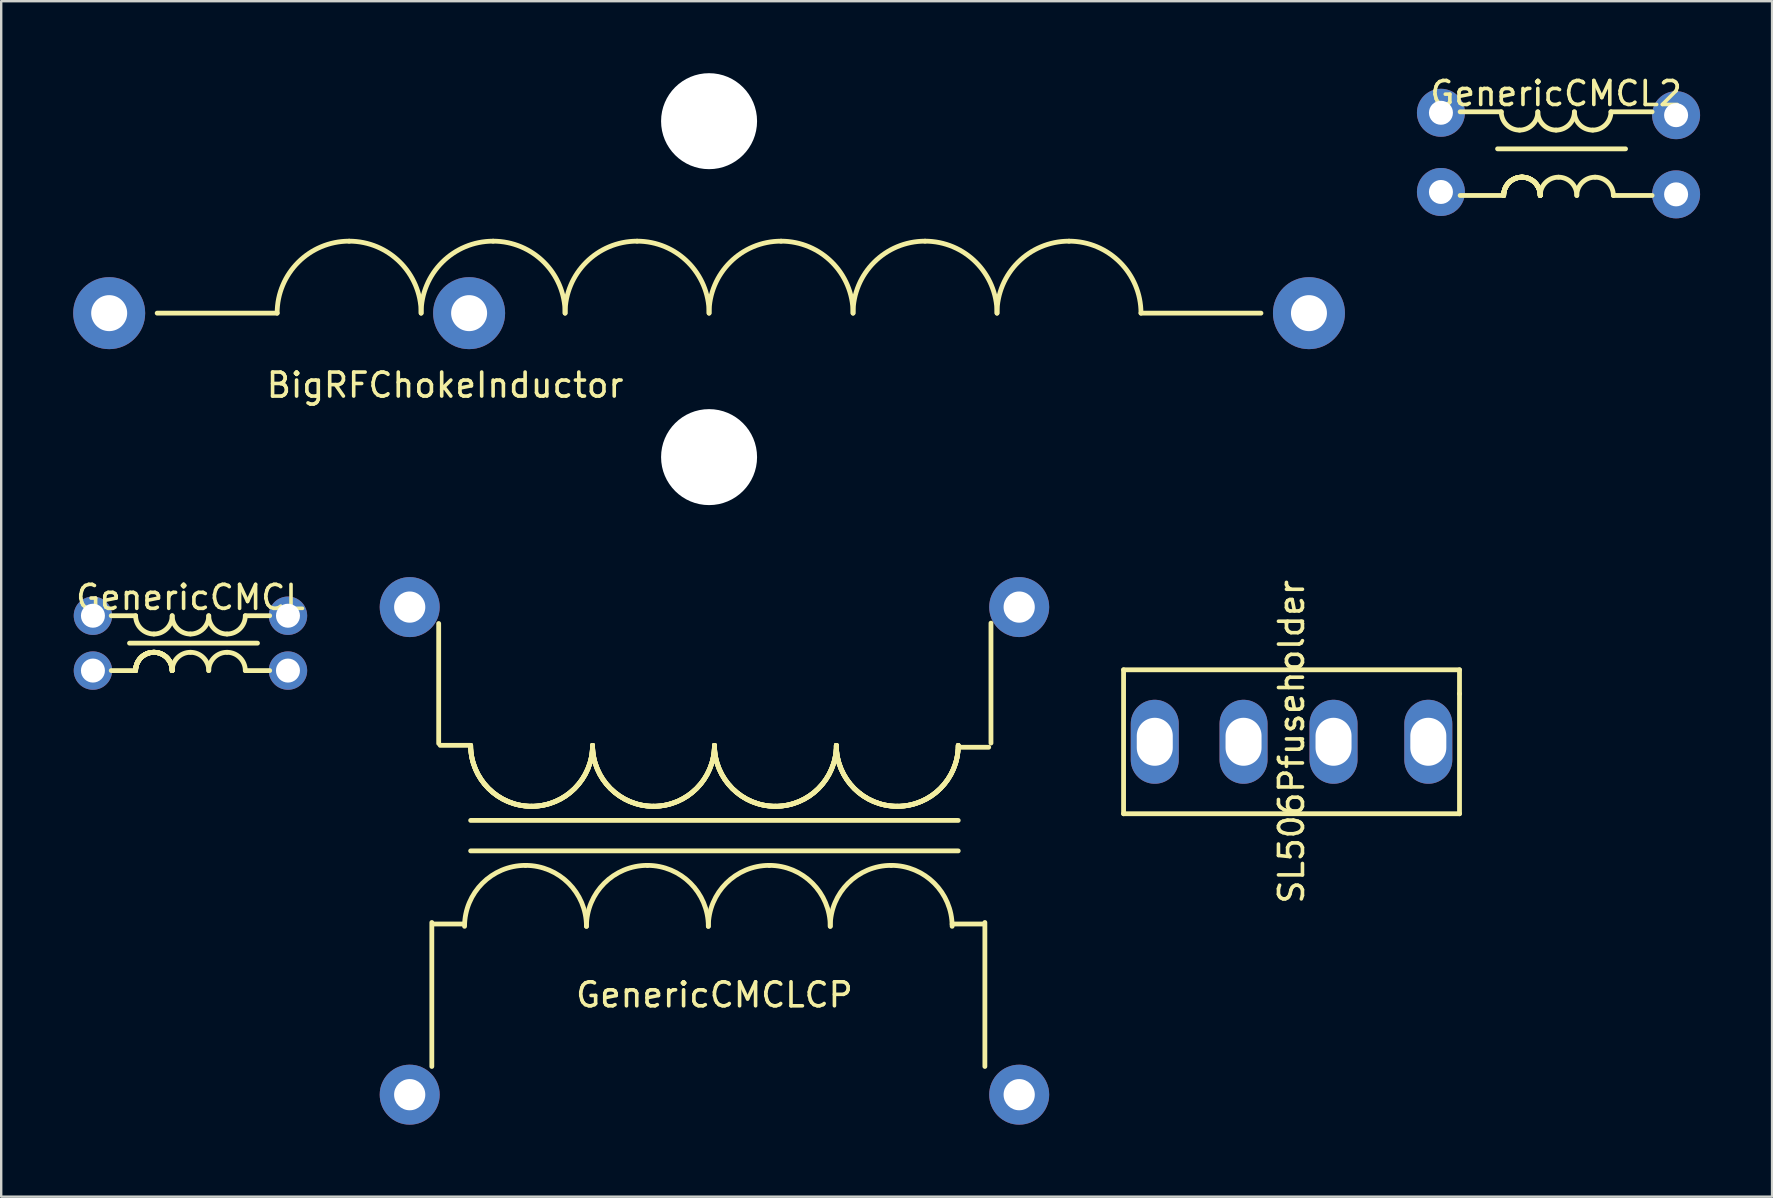
<source format=kicad_pcb>
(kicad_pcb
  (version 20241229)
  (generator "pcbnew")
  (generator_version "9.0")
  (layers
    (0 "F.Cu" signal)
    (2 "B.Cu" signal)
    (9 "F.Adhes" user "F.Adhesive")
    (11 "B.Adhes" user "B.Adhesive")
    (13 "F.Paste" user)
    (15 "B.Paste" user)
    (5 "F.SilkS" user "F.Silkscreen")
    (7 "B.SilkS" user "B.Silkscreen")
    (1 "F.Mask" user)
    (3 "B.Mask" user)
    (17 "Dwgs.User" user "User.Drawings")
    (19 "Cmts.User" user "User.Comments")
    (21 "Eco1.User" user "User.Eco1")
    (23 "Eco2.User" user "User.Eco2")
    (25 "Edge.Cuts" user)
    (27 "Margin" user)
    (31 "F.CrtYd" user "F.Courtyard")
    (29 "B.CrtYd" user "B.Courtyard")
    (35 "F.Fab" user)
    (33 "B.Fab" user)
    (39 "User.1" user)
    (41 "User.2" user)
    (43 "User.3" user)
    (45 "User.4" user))
  (footprint "GenericCMCL"
    (layer "F.Cu")
    (at 4.887 25.15)
    (property "Reference" "GenericCMCL" (at 0 -3.302 0) (layer "F.SilkS") (effects (font (size 1 1) (thickness 0.15))))
    (attr through_hole)
    (fp_line (start -3.302 -2.54) (end -2.286 -2.54) (stroke (width 0.2) (type solid)) (layer "F.SilkS"))
    (fp_line (start -2.54 -1.397) (end 2.794 -1.397) (stroke (width 0.2) (type solid)) (layer "F.SilkS"))
    (fp_line (start -2.286 -0.254) (end -3.302 -0.254) (stroke (width 0.2) (type solid)) (layer "F.SilkS"))
    (fp_line (start 3.302 -2.54) (end 2.286 -2.54) (stroke (width 0.2) (type solid)) (layer "F.SilkS"))
    (fp_line (start 3.302 -0.254) (end 2.286 -0.254) (stroke (width 0.2) (type solid)) (layer "F.SilkS"))
    (fp_arc (start -2.286 -0.254) (mid -2.062815 -0.792815) (end -1.524 -1.016) (stroke (width 0.2) (type solid)) (layer "F.SilkS"))
    (fp_arc (start -2.286 -0.254) (mid -2.062815 -0.792815) (end -1.524 -1.016) (stroke (width 0.2) (type solid)) (layer "F.SilkS"))
    (fp_arc (start -2.286 -0.254) (mid -2.062815 -0.792815) (end -1.524 -1.016) (stroke (width 0.2) (type solid)) (layer "F.SilkS"))
    (fp_arc (start -2.286 -0.254) (mid -2.062815 -0.792815) (end -1.524 -1.016) (stroke (width 0.2) (type solid)) (layer "F.SilkS"))
    (fp_arc (start -2.286 -0.254) (mid -2.062815 -0.792815) (end -1.524 -1.016) (stroke (width 0.2) (type solid)) (layer "F.SilkS"))
    (fp_arc (start -2.286 -0.254) (mid -2.062815 -0.792815) (end -1.524 -1.016) (stroke (width 0.2) (type solid)) (layer "F.SilkS"))
    (fp_arc (start -2.286 -0.254) (mid -2.062815 -0.792815) (end -1.524 -1.016) (stroke (width 0.2) (type solid)) (layer "F.SilkS"))
    (fp_arc (start -2.286 -0.254) (mid -2.062815 -0.792815) (end -1.524 -1.016) (stroke (width 0.2) (type solid)) (layer "F.SilkS"))
    (fp_arc (start -1.524 -1.778) (mid -2.062815 -2.001185) (end -2.286 -2.54) (stroke (width 0.2) (type solid)) (layer "F.SilkS"))
    (fp_arc (start -1.524 -1.016) (mid -0.985185 -0.792815) (end -0.762 -0.254) (stroke (width 0.2) (type solid)) (layer "F.SilkS"))
    (fp_arc (start -1.524 -1.016) (mid -0.985185 -0.792815) (end -0.762 -0.254) (stroke (width 0.2) (type solid)) (layer "F.SilkS"))
    (fp_arc (start -1.524 -1.016) (mid -0.985185 -0.792815) (end -0.762 -0.254) (stroke (width 0.2) (type solid)) (layer "F.SilkS"))
    (fp_arc (start -1.524 -1.016) (mid -0.985185 -0.792815) (end -0.762 -0.254) (stroke (width 0.2) (type solid)) (layer "F.SilkS"))
    (fp_arc (start -1.524 -1.016) (mid -0.985185 -0.792815) (end -0.762 -0.254) (stroke (width 0.2) (type solid)) (layer "F.SilkS"))
    (fp_arc (start -1.524 -1.016) (mid -0.985185 -0.792815) (end -0.762 -0.254) (stroke (width 0.2) (type solid)) (layer "F.SilkS"))
    (fp_arc (start -1.524 -1.016) (mid -0.985185 -0.792815) (end -0.762 -0.254) (stroke (width 0.2) (type solid)) (layer "F.SilkS"))
    (fp_arc (start -1.524 -1.016) (mid -0.985185 -0.792815) (end -0.762 -0.254) (stroke (width 0.2) (type solid)) (layer "F.SilkS"))
    (fp_arc (start -0.762 -2.54) (mid -0.985185 -2.001185) (end -1.524 -1.778) (stroke (width 0.2) (type solid)) (layer "F.SilkS"))
    (fp_arc (start -0.762 -0.254) (mid -0.538815 -0.792815) (end 0 -1.016) (stroke (width 0.2) (type solid)) (layer "F.SilkS"))
    (fp_arc (start 0 -1.778) (mid -0.538815 -2.001185) (end -0.762 -2.54) (stroke (width 0.2) (type solid)) (layer "F.SilkS"))
    (fp_arc (start 0 -1.016) (mid 0.538815 -0.792815) (end 0.762 -0.254) (stroke (width 0.2) (type solid)) (layer "F.SilkS"))
    (fp_arc (start 0.762 -2.54) (mid 0.538815 -2.001185) (end 0 -1.778) (stroke (width 0.2) (type solid)) (layer "F.SilkS"))
    (fp_arc (start 0.762 -0.254) (mid 0.985185 -0.792815) (end 1.524 -1.016) (stroke (width 0.2) (type solid)) (layer "F.SilkS"))
    (fp_arc (start 1.524 -1.778) (mid 0.985185 -2.001185) (end 0.762 -2.54) (stroke (width 0.2) (type solid)) (layer "F.SilkS"))
    (fp_arc (start 1.524 -1.016) (mid 2.062815 -0.792815) (end 2.286 -0.254) (stroke (width 0.2) (type solid)) (layer "F.SilkS"))
    (fp_arc (start 2.286 -2.54) (mid 2.062815 -2.001185) (end 1.524 -1.778) (stroke (width 0.2) (type solid)) (layer "F.SilkS"))
    (pad "1" thru_hole circle (at 4.064 -2.54) (size 1.6 1.6) (drill 1) (layers "*.Cu" "*.Mask"))
    (pad "2" thru_hole circle (at -4.064 -2.54) (size 1.6 1.6) (drill 1) (layers "*.Cu" "*.Mask"))
    (pad "3" thru_hole circle (at 4.064 -0.254) (size 1.6 1.6) (drill 1) (layers "*.Cu" "*.Mask"))
    (pad "4" thru_hole circle (at -4.064 -0.254) (size 1.6 1.6) (drill 1) (layers "*.Cu" "*.Mask")))
  (footprint "GenericCMCLCP"
    (layer "F.Cu")
    (at 26.724 32.41)
    (property "Reference" "GenericCMCLCP" (at 0 6 0) (layer "F.SilkS") (effects (font (size 1 1) (thickness 0.15))))
    (attr through_hole)
    (fp_line (start -11.778 2.984) (end -11.778 8.984) (stroke (width 0.2) (type solid)) (layer "F.SilkS"))
    (fp_line (start -11.492 -9.476) (end -11.492 -4.476) (stroke (width 0.2) (type solid)) (layer "F.SilkS"))
    (fp_line (start -10.414 3.048) (end -11.684 3.048) (stroke (width 0.2) (type solid)) (layer "F.SilkS"))
    (fp_line (start -10.16 -4.398) (end -11.43 -4.398) (stroke (width 0.2) (type solid)) (layer "F.SilkS"))
    (fp_line (start -10.16 -1.27) (end 10.16 -1.27) (stroke (width 0.2) (type solid)) (layer "F.SilkS"))
    (fp_line (start -10.16 0) (end 10.16 0) (stroke (width 0.2) (type solid)) (layer "F.SilkS"))
    (fp_line (start 9.906 3.048) (end 11.176 3.048) (stroke (width 0.2) (type solid)) (layer "F.SilkS"))
    (fp_line (start 10.16 -4.318) (end 11.43 -4.318) (stroke (width 0.2) (type solid)) (layer "F.SilkS"))
    (fp_line (start 11.27 2.984) (end 11.27 8.984) (stroke (width 0.2) (type solid)) (layer "F.SilkS"))
    (fp_line (start 11.524 -4.492) (end 11.524 -9.492) (stroke (width 0.2) (type solid)) (layer "F.SilkS"))
    (fp_arc (start -10.414 3.144) (mid -9.670051 1.347949) (end -7.874 0.604) (stroke (width 0.2) (type solid)) (layer "F.SilkS"))
    (fp_arc (start -7.874 0.604) (mid -6.077949 1.347949) (end -5.334 3.144) (stroke (width 0.2) (type solid)) (layer "F.SilkS"))
    (fp_arc (start -7.62 -1.858) (mid -9.416051 -2.601949) (end -10.16 -4.398) (stroke (width 0.2) (type solid)) (layer "F.SilkS"))
    (fp_arc (start -7.62 -1.858) (mid -9.416051 -2.601949) (end -10.16 -4.398) (stroke (width 0.2) (type solid)) (layer "F.SilkS"))
    (fp_arc (start -7.62 -1.858) (mid -9.416051 -2.601949) (end -10.16 -4.398) (stroke (width 0.2) (type solid)) (layer "F.SilkS"))
    (fp_arc (start -7.62 -1.858) (mid -9.416051 -2.601949) (end -10.16 -4.398) (stroke (width 0.2) (type solid)) (layer "F.SilkS"))
    (fp_arc (start -5.334 3.144) (mid -4.590051 1.347949) (end -2.794 0.604) (stroke (width 0.2) (type solid)) (layer "F.SilkS"))
    (fp_arc (start -5.08 -4.398) (mid -5.823949 -2.601949) (end -7.62 -1.858) (stroke (width 0.2) (type solid)) (layer "F.SilkS"))
    (fp_arc (start -5.08 -4.398) (mid -5.823949 -2.601949) (end -7.62 -1.858) (stroke (width 0.2) (type solid)) (layer "F.SilkS"))
    (fp_arc (start -5.08 -4.398) (mid -5.823949 -2.601949) (end -7.62 -1.858) (stroke (width 0.2) (type solid)) (layer "F.SilkS"))
    (fp_arc (start -5.08 -4.398) (mid -5.823949 -2.601949) (end -7.62 -1.858) (stroke (width 0.2) (type solid)) (layer "F.SilkS"))
    (fp_arc (start -2.794 0.604) (mid -0.997949 1.347949) (end -0.254 3.144) (stroke (width 0.2) (type solid)) (layer "F.SilkS"))
    (fp_arc (start -2.54 -1.858) (mid -4.336051 -2.601949) (end -5.08 -4.398) (stroke (width 0.2) (type solid)) (layer "F.SilkS"))
    (fp_arc (start -2.54 -1.858) (mid -4.336051 -2.601949) (end -5.08 -4.398) (stroke (width 0.2) (type solid)) (layer "F.SilkS"))
    (fp_arc (start -2.54 -1.858) (mid -4.336051 -2.601949) (end -5.08 -4.398) (stroke (width 0.2) (type solid)) (layer "F.SilkS"))
    (fp_arc (start -2.54 -1.858) (mid -4.336051 -2.601949) (end -5.08 -4.398) (stroke (width 0.2) (type solid)) (layer "F.SilkS"))
    (fp_arc (start -0.254 3.144) (mid 0.489949 1.347949) (end 2.286 0.604) (stroke (width 0.2) (type solid)) (layer "F.SilkS"))
    (fp_arc (start 0 -4.398) (mid -0.743949 -2.601949) (end -2.54 -1.858) (stroke (width 0.2) (type solid)) (layer "F.SilkS"))
    (fp_arc (start 0 -4.398) (mid -0.743949 -2.601949) (end -2.54 -1.858) (stroke (width 0.2) (type solid)) (layer "F.SilkS"))
    (fp_arc (start 0 -4.398) (mid -0.743949 -2.601949) (end -2.54 -1.858) (stroke (width 0.2) (type solid)) (layer "F.SilkS"))
    (fp_arc (start 0 -4.398) (mid -0.743949 -2.601949) (end -2.54 -1.858) (stroke (width 0.2) (type solid)) (layer "F.SilkS"))
    (fp_arc (start 2.286 0.604) (mid 4.082051 1.347949) (end 4.826 3.144) (stroke (width 0.2) (type solid)) (layer "F.SilkS"))
    (fp_arc (start 2.54 -1.858) (mid 0.743949 -2.601949) (end 0 -4.398) (stroke (width 0.2) (type solid)) (layer "F.SilkS"))
    (fp_arc (start 2.54 -1.858) (mid 0.743949 -2.601949) (end 0 -4.398) (stroke (width 0.2) (type solid)) (layer "F.SilkS"))
    (fp_arc (start 2.54 -1.858) (mid 0.743949 -2.601949) (end 0 -4.398) (stroke (width 0.2) (type solid)) (layer "F.SilkS"))
    (fp_arc (start 2.54 -1.858) (mid 0.743949 -2.601949) (end 0 -4.398) (stroke (width 0.2) (type solid)) (layer "F.SilkS"))
    (fp_arc (start 4.826 3.144) (mid 5.569949 1.347949) (end 7.366 0.604) (stroke (width 0.2) (type solid)) (layer "F.SilkS"))
    (fp_arc (start 5.08 -4.398) (mid 4.336051 -2.601949) (end 2.54 -1.858) (stroke (width 0.2) (type solid)) (layer "F.SilkS"))
    (fp_arc (start 5.08 -4.398) (mid 4.336051 -2.601949) (end 2.54 -1.858) (stroke (width 0.2) (type solid)) (layer "F.SilkS"))
    (fp_arc (start 5.08 -4.398) (mid 4.336051 -2.601949) (end 2.54 -1.858) (stroke (width 0.2) (type solid)) (layer "F.SilkS"))
    (fp_arc (start 5.08 -4.398) (mid 4.336051 -2.601949) (end 2.54 -1.858) (stroke (width 0.2) (type solid)) (layer "F.SilkS"))
    (fp_arc (start 7.366 0.604) (mid 9.162051 1.347949) (end 9.906 3.144) (stroke (width 0.2) (type solid)) (layer "F.SilkS"))
    (fp_arc (start 7.62 -1.858) (mid 5.823949 -2.601949) (end 5.08 -4.398) (stroke (width 0.2) (type solid)) (layer "F.SilkS"))
    (fp_arc (start 7.62 -1.858) (mid 5.823949 -2.601949) (end 5.08 -4.398) (stroke (width 0.2) (type solid)) (layer "F.SilkS"))
    (fp_arc (start 7.62 -1.858) (mid 5.823949 -2.601949) (end 5.08 -4.398) (stroke (width 0.2) (type solid)) (layer "F.SilkS"))
    (fp_arc (start 7.62 -1.858) (mid 5.823949 -2.601949) (end 5.08 -4.398) (stroke (width 0.2) (type solid)) (layer "F.SilkS"))
    (fp_arc (start 10.16 -4.398) (mid 9.416051 -2.601949) (end 7.62 -1.858) (stroke (width 0.2) (type solid)) (layer "F.SilkS"))
    (fp_arc (start 10.16 -4.398) (mid 9.416051 -2.601949) (end 7.62 -1.858) (stroke (width 0.2) (type solid)) (layer "F.SilkS"))
    (fp_arc (start 10.16 -4.398) (mid 9.416051 -2.601949) (end 7.62 -1.858) (stroke (width 0.2) (type solid)) (layer "F.SilkS"))
    (fp_arc (start 10.16 -4.398) (mid 9.416051 -2.601949) (end 7.62 -1.858) (stroke (width 0.2) (type solid)) (layer "F.SilkS"))
    (pad "1" thru_hole circle (at 12.7 -10.16) (size 2.5 2.5) (drill 1.3) (layers "*.Cu" "*.Mask"))
    (pad "2" thru_hole circle (at -12.7 -10.16) (size 2.5 2.5) (drill 1.3) (layers "*.Cu" "*.Mask"))
    (pad "3" thru_hole circle (at 12.7 10.16) (size 2.5 2.5) (drill 1.3) (layers "*.Cu" "*.Mask"))
    (pad "4" thru_hole circle (at -12.7 10.16) (size 2.5 2.5) (drill 1.3) (layers "*.Cu" "*.Mask")))
  (footprint "SL506Pfuseholder"
    (layer "F.Cu")
    (at 50.774 27.863)
    (property "Reference" "SL506Pfuseholder" (at 0 0 90) (layer "F.SilkS") (effects (font (size 1 1) (thickness 0.15))))
    (attr through_hole)
    (fp_line (start -7 -3) (end 7 -3) (stroke (width 0.2) (type solid)) (layer "F.SilkS"))
    (fp_line (start -7 3) (end -7 -3) (stroke (width 0.2) (type solid)) (layer "F.SilkS"))
    (fp_line (start 7 -3) (end 7 -2) (stroke (width 0.2) (type solid)) (layer "F.SilkS"))
    (fp_line (start 7 -2) (end 7 3) (stroke (width 0.2) (type solid)) (layer "F.SilkS"))
    (fp_line (start 7 3) (end -7 3) (stroke (width 0.2) (type solid)) (layer "F.SilkS"))
    (pad "1" thru_hole oval (at 1.75 0) (size 2 3.5) (drill oval 1.5 2) (layers "*.Cu" "*.Mask"))
    (pad "1" thru_hole oval (at 5.7 0) (size 2 3.5) (drill oval 1.5 2) (layers "*.Cu" "*.Mask"))
    (pad "2" thru_hole oval (at -5.7 0) (size 2 3.5) (drill oval 1.5 2) (layers "*.Cu" "*.Mask"))
    (pad "2" thru_hole oval (at -2 0) (size 2 3.5) (drill oval 1.5 2) (layers "*.Cu" "*.Mask")))
  (footprint "GenericCMCL2"
    (layer "F.Cu")
    (at 61.8 4.15)
    (property "Reference" "GenericCMCL2" (at 0 -3.302 0) (layer "F.SilkS") (effects (font (size 1 1) (thickness 0.15))))
    (attr through_hole)
    (fp_line (start -4 -2.54) (end -2.286 -2.54) (stroke (width 0.2) (type solid)) (layer "F.SilkS"))
    (fp_line (start -2.44 -0.997) (end 2.894 -0.997) (stroke (width 0.2) (type solid)) (layer "F.SilkS"))
    (fp_line (start -2.186 0.946) (end -4 0.946) (stroke (width 0.2) (type solid)) (layer "F.SilkS"))
    (fp_line (start 4 -2.54) (end 2.286 -2.54) (stroke (width 0.2) (type solid)) (layer "F.SilkS"))
    (fp_line (start 4 0.946) (end 2.386 0.946) (stroke (width 0.2) (type solid)) (layer "F.SilkS"))
    (fp_arc (start -2.186 0.946) (mid -1.962815 0.407185) (end -1.424 0.184) (stroke (width 0.2) (type solid)) (layer "F.SilkS"))
    (fp_arc (start -2.186 0.946) (mid -1.962815 0.407185) (end -1.424 0.184) (stroke (width 0.2) (type solid)) (layer "F.SilkS"))
    (fp_arc (start -2.186 0.946) (mid -1.962815 0.407185) (end -1.424 0.184) (stroke (width 0.2) (type solid)) (layer "F.SilkS"))
    (fp_arc (start -2.186 0.946) (mid -1.962815 0.407185) (end -1.424 0.184) (stroke (width 0.2) (type solid)) (layer "F.SilkS"))
    (fp_arc (start -2.186 0.946) (mid -1.962815 0.407185) (end -1.424 0.184) (stroke (width 0.2) (type solid)) (layer "F.SilkS"))
    (fp_arc (start -2.186 0.946) (mid -1.962815 0.407185) (end -1.424 0.184) (stroke (width 0.2) (type solid)) (layer "F.SilkS"))
    (fp_arc (start -2.186 0.946) (mid -1.962815 0.407185) (end -1.424 0.184) (stroke (width 0.2) (type solid)) (layer "F.SilkS"))
    (fp_arc (start -2.186 0.946) (mid -1.962815 0.407185) (end -1.424 0.184) (stroke (width 0.2) (type solid)) (layer "F.SilkS"))
    (fp_arc (start -1.524 -1.778) (mid -2.062815 -2.001185) (end -2.286 -2.54) (stroke (width 0.2) (type solid)) (layer "F.SilkS"))
    (fp_arc (start -1.424 0.184) (mid -0.885185 0.407185) (end -0.662 0.946) (stroke (width 0.2) (type solid)) (layer "F.SilkS"))
    (fp_arc (start -1.424 0.184) (mid -0.885185 0.407185) (end -0.662 0.946) (stroke (width 0.2) (type solid)) (layer "F.SilkS"))
    (fp_arc (start -1.424 0.184) (mid -0.885185 0.407185) (end -0.662 0.946) (stroke (width 0.2) (type solid)) (layer "F.SilkS"))
    (fp_arc (start -1.424 0.184) (mid -0.885185 0.407185) (end -0.662 0.946) (stroke (width 0.2) (type solid)) (layer "F.SilkS"))
    (fp_arc (start -1.424 0.184) (mid -0.885185 0.407185) (end -0.662 0.946) (stroke (width 0.2) (type solid)) (layer "F.SilkS"))
    (fp_arc (start -1.424 0.184) (mid -0.885185 0.407185) (end -0.662 0.946) (stroke (width 0.2) (type solid)) (layer "F.SilkS"))
    (fp_arc (start -1.424 0.184) (mid -0.885185 0.407185) (end -0.662 0.946) (stroke (width 0.2) (type solid)) (layer "F.SilkS"))
    (fp_arc (start -1.424 0.184) (mid -0.885185 0.407185) (end -0.662 0.946) (stroke (width 0.2) (type solid)) (layer "F.SilkS"))
    (fp_arc (start -0.762 -2.54) (mid -0.985185 -2.001185) (end -1.524 -1.778) (stroke (width 0.2) (type solid)) (layer "F.SilkS"))
    (fp_arc (start -0.662 0.946) (mid -0.438815 0.407185) (end 0.1 0.184) (stroke (width 0.2) (type solid)) (layer "F.SilkS"))
    (fp_arc (start 0 -1.778) (mid -0.538815 -2.001185) (end -0.762 -2.54) (stroke (width 0.2) (type solid)) (layer "F.SilkS"))
    (fp_arc (start 0.1 0.184) (mid 0.638815 0.407185) (end 0.862 0.946) (stroke (width 0.2) (type solid)) (layer "F.SilkS"))
    (fp_arc (start 0.762 -2.54) (mid 0.538815 -2.001185) (end 0 -1.778) (stroke (width 0.2) (type solid)) (layer "F.SilkS"))
    (fp_arc (start 0.862 0.946) (mid 1.085185 0.407185) (end 1.624 0.184) (stroke (width 0.2) (type solid)) (layer "F.SilkS"))
    (fp_arc (start 1.524 -1.778) (mid 0.985185 -2.001185) (end 0.762 -2.54) (stroke (width 0.2) (type solid)) (layer "F.SilkS"))
    (fp_arc (start 1.624 0.184) (mid 2.162815 0.407185) (end 2.386 0.946) (stroke (width 0.2) (type solid)) (layer "F.SilkS"))
    (fp_arc (start 2.286 -2.54) (mid 2.062815 -2.001185) (end 1.524 -1.778) (stroke (width 0.2) (type solid)) (layer "F.SilkS"))
    (pad "1" thru_hole circle (at 5 -2.4) (size 2 2) (drill 1) (layers "*.Cu" "*.Mask"))
    (pad "2" thru_hole circle (at -4.8 -2.5) (size 2 2) (drill 1) (layers "*.Cu" "*.Mask"))
    (pad "3" thru_hole circle (at 5 0.9) (size 2 2) (drill 1) (layers "*.Cu" "*.Mask"))
    (pad "4" thru_hole circle (at -4.8 0.8) (size 2 2) (drill 1) (layers "*.Cu" "*.Mask")))
  (footprint "BigRFChokeInductor"
    (layer "F.Cu")
    (at 26.5 10)
    (property "Reference" "BigRFChokeInductor" (at -11 3 0) (layer "F.SilkS") (effects (font (size 1 1) (thickness 0.15))))
    (attr through_hole)
    (fp_line (start -18 0) (end -23 0) (stroke (width 0.2) (type solid)) (layer "F.SilkS"))
    (fp_line (start 18 0) (end 23 0) (stroke (width 0.2) (type solid)) (layer "F.SilkS"))
    (fp_arc (start -18 0) (mid -17.12132 -2.12132) (end -15 -3) (stroke (width 0.2) (type solid)) (layer "F.SilkS"))
    (fp_arc (start -15 -3) (mid -12.87868 -2.12132) (end -12 0) (stroke (width 0.2) (type solid)) (layer "F.SilkS"))
    (fp_arc (start -12 0) (mid -11.12132 -2.12132) (end -9 -3) (stroke (width 0.2) (type solid)) (layer "F.SilkS"))
    (fp_arc (start -9 -3) (mid -6.87868 -2.12132) (end -6 0) (stroke (width 0.2) (type solid)) (layer "F.SilkS"))
    (fp_arc (start -6 0) (mid -5.12132 -2.12132) (end -3 -3) (stroke (width 0.2) (type solid)) (layer "F.SilkS"))
    (fp_arc (start -3 -3) (mid -0.87868 -2.12132) (end 0 0) (stroke (width 0.2) (type solid)) (layer "F.SilkS"))
    (fp_arc (start 0 0) (mid 0.87868 -2.12132) (end 3 -3) (stroke (width 0.2) (type solid)) (layer "F.SilkS"))
    (fp_arc (start 3 -3) (mid 5.12132 -2.12132) (end 6 0) (stroke (width 0.2) (type solid)) (layer "F.SilkS"))
    (fp_arc (start 6 0) (mid 6.87868 -2.12132) (end 9 -3) (stroke (width 0.2) (type solid)) (layer "F.SilkS"))
    (fp_arc (start 9 -3) (mid 11.12132 -2.12132) (end 12 0) (stroke (width 0.2) (type solid)) (layer "F.SilkS"))
    (fp_arc (start 12 0) (mid 12.87868 -2.12132) (end 15 -3) (stroke (width 0.2) (type solid)) (layer "F.SilkS"))
    (fp_arc (start 15 -3) (mid 17.12132 -2.12132) (end 18 0) (stroke (width 0.2) (type solid)) (layer "F.SilkS"))
    (pad "" np_thru_hole circle (at 0 -8) (size 4 4) (drill 4) (layers "*.Cu" "*.Mask"))
    (pad "" np_thru_hole circle (at 0 6) (size 4 4) (drill 4) (layers "*.Cu" "*.Mask"))
    (pad "1" thru_hole circle (at -25 0) (size 3 3) (drill 1.5) (layers "*.Cu" "*.Mask"))
    (pad "1" thru_hole circle (at -10 0) (size 3 3) (drill 1.5) (layers "*.Cu" "*.Mask"))
    (pad "2" thru_hole circle (at 25 0) (size 3 3) (drill 1.5) (layers "*.Cu" "*.Mask")))
  (gr_rect
    (start -3 -3)
    (end 70.8 46.82)
    (stroke (width 0.1) (type default))
    (fill no)
    (layer "Edge.Cuts")))
</source>
